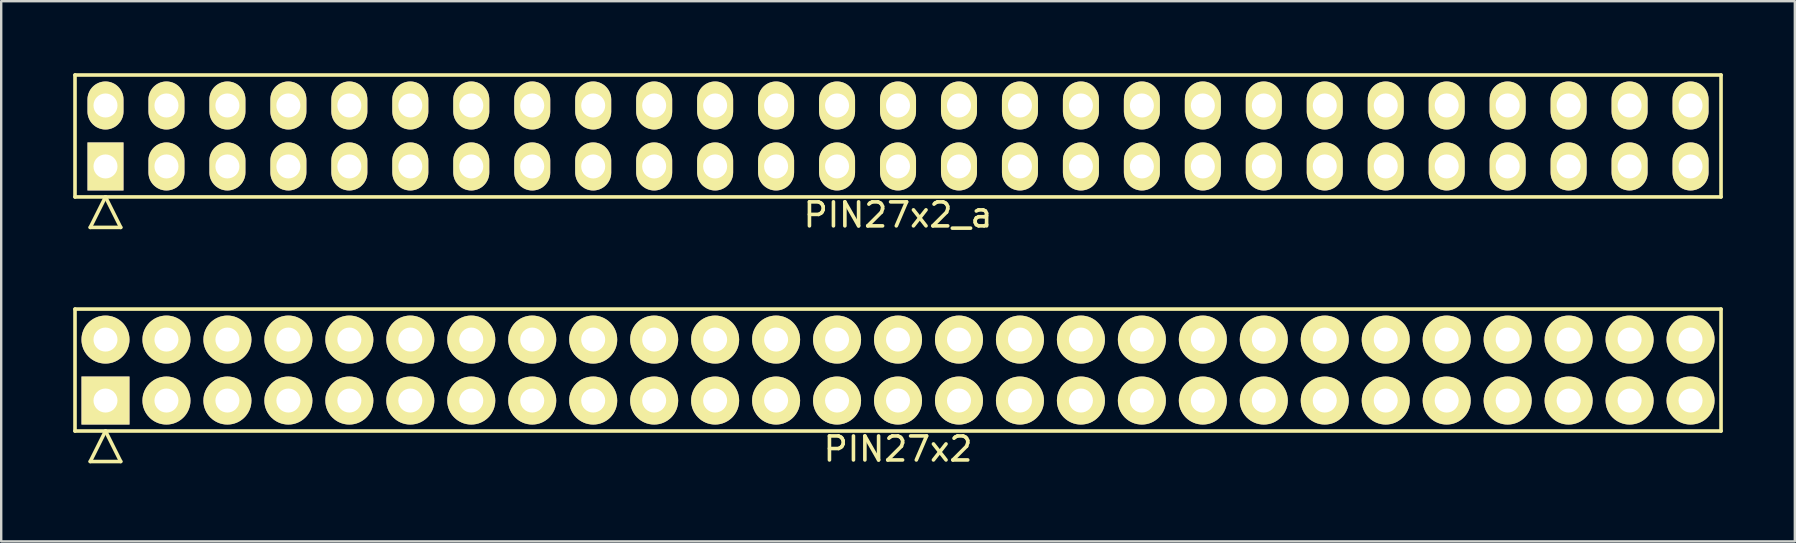
<source format=kicad_pcb>
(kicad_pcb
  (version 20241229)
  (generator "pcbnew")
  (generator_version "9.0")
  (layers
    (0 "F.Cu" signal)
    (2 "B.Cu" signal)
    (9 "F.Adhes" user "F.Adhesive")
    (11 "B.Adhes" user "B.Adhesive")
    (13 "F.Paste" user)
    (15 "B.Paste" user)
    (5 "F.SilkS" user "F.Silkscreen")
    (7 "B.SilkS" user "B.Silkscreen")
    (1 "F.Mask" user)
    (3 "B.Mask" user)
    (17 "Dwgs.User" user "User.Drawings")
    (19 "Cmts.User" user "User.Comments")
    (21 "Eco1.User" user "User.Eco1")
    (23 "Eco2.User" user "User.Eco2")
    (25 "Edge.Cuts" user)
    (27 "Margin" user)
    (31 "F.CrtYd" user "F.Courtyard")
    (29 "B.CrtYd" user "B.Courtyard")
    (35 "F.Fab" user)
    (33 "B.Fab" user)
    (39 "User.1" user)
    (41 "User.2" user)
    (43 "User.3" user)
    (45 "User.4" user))
  (footprint "PIN27x2"
    (layer "F.Cu")
    (at 34.365 12.368)
    (property "Reference" "PIN27x2" (at 0 3.29 0) (layer "F.SilkS") (effects (font (size 1 1) (thickness 0.15))))
    (attr through_hole)
    (fp_line (start -34.29 -2.54) (end -34.29 2.54) (stroke (width 0.15) (type solid)) (layer "F.SilkS"))
    (fp_line (start -34.29 2.54) (end 34.29 2.54) (stroke (width 0.15) (type solid)) (layer "F.SilkS"))
    (fp_line (start -33.655 3.81) (end -33.02 2.54) (stroke (width 0.15) (type solid)) (layer "F.SilkS"))
    (fp_line (start -33.655 3.81) (end -32.385 3.81) (stroke (width 0.15) (type solid)) (layer "F.SilkS"))
    (fp_line (start -32.385 3.81) (end -33.02 2.54) (stroke (width 0.15) (type solid)) (layer "F.SilkS"))
    (fp_line (start 34.29 -2.54) (end -34.29 -2.54) (stroke (width 0.15) (type solid)) (layer "F.SilkS"))
    (fp_line (start 34.29 2.54) (end 34.29 -2.54) (stroke (width 0.15) (type solid)) (layer "F.SilkS"))
    (pad "1" thru_hole rect (at -33.02 1.27) (size 2 2) (drill 1) (layers "*.Cu" "*.Mask" "F.SilkS"))
    (pad "2" thru_hole oval (at -33.02 -1.27) (size 2 2) (drill 1) (layers "*.Cu" "*.Mask" "F.SilkS"))
    (pad "3" thru_hole oval (at -30.48 1.27) (size 2 2) (drill 1) (layers "*.Cu" "*.Mask" "F.SilkS"))
    (pad "4" thru_hole oval (at -30.48 -1.27) (size 2 2) (drill 1) (layers "*.Cu" "*.Mask" "F.SilkS"))
    (pad "5" thru_hole oval (at -27.94 1.27) (size 2 2) (drill 1) (layers "*.Cu" "*.Mask" "F.SilkS"))
    (pad "6" thru_hole oval (at -27.94 -1.27) (size 2 2) (drill 1) (layers "*.Cu" "*.Mask" "F.SilkS"))
    (pad "7" thru_hole oval (at -25.4 1.27) (size 2 2) (drill 1) (layers "*.Cu" "*.Mask" "F.SilkS"))
    (pad "8" thru_hole oval (at -25.4 -1.27) (size 2 2) (drill 1) (layers "*.Cu" "*.Mask" "F.SilkS"))
    (pad "9" thru_hole oval (at -22.86 1.27) (size 2 2) (drill 1) (layers "*.Cu" "*.Mask" "F.SilkS"))
    (pad "10" thru_hole oval (at -22.86 -1.27) (size 2 2) (drill 1) (layers "*.Cu" "*.Mask" "F.SilkS"))
    (pad "11" thru_hole oval (at -20.32 1.27) (size 2 2) (drill 1) (layers "*.Cu" "*.Mask" "F.SilkS"))
    (pad "12" thru_hole oval (at -20.32 -1.27) (size 2 2) (drill 1) (layers "*.Cu" "*.Mask" "F.SilkS"))
    (pad "13" thru_hole oval (at -17.78 1.27) (size 2 2) (drill 1) (layers "*.Cu" "*.Mask" "F.SilkS"))
    (pad "14" thru_hole oval (at -17.78 -1.27) (size 2 2) (drill 1) (layers "*.Cu" "*.Mask" "F.SilkS"))
    (pad "15" thru_hole oval (at -15.24 1.27) (size 2 2) (drill 1) (layers "*.Cu" "*.Mask" "F.SilkS"))
    (pad "16" thru_hole oval (at -15.24 -1.27) (size 2 2) (drill 1) (layers "*.Cu" "*.Mask" "F.SilkS"))
    (pad "17" thru_hole oval (at -12.7 1.27) (size 2 2) (drill 1) (layers "*.Cu" "*.Mask" "F.SilkS"))
    (pad "18" thru_hole oval (at -12.7 -1.27) (size 2 2) (drill 1) (layers "*.Cu" "*.Mask" "F.SilkS"))
    (pad "19" thru_hole oval (at -10.16 1.27) (size 2 2) (drill 1) (layers "*.Cu" "*.Mask" "F.SilkS"))
    (pad "20" thru_hole oval (at -10.16 -1.27) (size 2 2) (drill 1) (layers "*.Cu" "*.Mask" "F.SilkS"))
    (pad "21" thru_hole oval (at -7.62 1.27) (size 2 2) (drill 1) (layers "*.Cu" "*.Mask" "F.SilkS"))
    (pad "22" thru_hole oval (at -7.62 -1.27) (size 2 2) (drill 1) (layers "*.Cu" "*.Mask" "F.SilkS"))
    (pad "23" thru_hole oval (at -5.08 1.27) (size 2 2) (drill 1) (layers "*.Cu" "*.Mask" "F.SilkS"))
    (pad "24" thru_hole oval (at -5.08 -1.27) (size 2 2) (drill 1) (layers "*.Cu" "*.Mask" "F.SilkS"))
    (pad "25" thru_hole oval (at -2.54 1.27) (size 2 2) (drill 1) (layers "*.Cu" "*.Mask" "F.SilkS"))
    (pad "26" thru_hole oval (at -2.54 -1.27) (size 2 2) (drill 1) (layers "*.Cu" "*.Mask" "F.SilkS"))
    (pad "27" thru_hole oval (at 0 1.27) (size 2 2) (drill 1) (layers "*.Cu" "*.Mask" "F.SilkS"))
    (pad "28" thru_hole oval (at 0 -1.27) (size 2 2) (drill 1) (layers "*.Cu" "*.Mask" "F.SilkS"))
    (pad "29" thru_hole oval (at 2.54 1.27) (size 2 2) (drill 1) (layers "*.Cu" "*.Mask" "F.SilkS"))
    (pad "30" thru_hole oval (at 2.54 -1.27) (size 2 2) (drill 1) (layers "*.Cu" "*.Mask" "F.SilkS"))
    (pad "31" thru_hole oval (at 5.08 1.27) (size 2 2) (drill 1) (layers "*.Cu" "*.Mask" "F.SilkS"))
    (pad "32" thru_hole oval (at 5.08 -1.27) (size 2 2) (drill 1) (layers "*.Cu" "*.Mask" "F.SilkS"))
    (pad "33" thru_hole oval (at 7.62 1.27) (size 2 2) (drill 1) (layers "*.Cu" "*.Mask" "F.SilkS"))
    (pad "34" thru_hole oval (at 7.62 -1.27) (size 2 2) (drill 1) (layers "*.Cu" "*.Mask" "F.SilkS"))
    (pad "35" thru_hole oval (at 10.16 1.27) (size 2 2) (drill 1) (layers "*.Cu" "*.Mask" "F.SilkS"))
    (pad "36" thru_hole oval (at 10.16 -1.27) (size 2 2) (drill 1) (layers "*.Cu" "*.Mask" "F.SilkS"))
    (pad "37" thru_hole oval (at 12.7 1.27) (size 2 2) (drill 1) (layers "*.Cu" "*.Mask" "F.SilkS"))
    (pad "38" thru_hole oval (at 12.7 -1.27) (size 2 2) (drill 1) (layers "*.Cu" "*.Mask" "F.SilkS"))
    (pad "39" thru_hole oval (at 15.24 1.27) (size 2 2) (drill 1) (layers "*.Cu" "*.Mask" "F.SilkS"))
    (pad "40" thru_hole oval (at 15.24 -1.27) (size 2 2) (drill 1) (layers "*.Cu" "*.Mask" "F.SilkS"))
    (pad "41" thru_hole oval (at 17.78 1.27) (size 2 2) (drill 1) (layers "*.Cu" "*.Mask" "F.SilkS"))
    (pad "42" thru_hole oval (at 17.78 -1.27) (size 2 2) (drill 1) (layers "*.Cu" "*.Mask" "F.SilkS"))
    (pad "43" thru_hole oval (at 20.32 1.27) (size 2 2) (drill 1) (layers "*.Cu" "*.Mask" "F.SilkS"))
    (pad "44" thru_hole oval (at 20.32 -1.27) (size 2 2) (drill 1) (layers "*.Cu" "*.Mask" "F.SilkS"))
    (pad "45" thru_hole oval (at 22.86 1.27) (size 2 2) (drill 1) (layers "*.Cu" "*.Mask" "F.SilkS"))
    (pad "46" thru_hole oval (at 22.86 -1.27) (size 2 2) (drill 1) (layers "*.Cu" "*.Mask" "F.SilkS"))
    (pad "47" thru_hole oval (at 25.4 1.27) (size 2 2) (drill 1) (layers "*.Cu" "*.Mask" "F.SilkS"))
    (pad "48" thru_hole oval (at 25.4 -1.27) (size 2 2) (drill 1) (layers "*.Cu" "*.Mask" "F.SilkS"))
    (pad "49" thru_hole oval (at 27.94 1.27) (size 2 2) (drill 1) (layers "*.Cu" "*.Mask" "F.SilkS"))
    (pad "50" thru_hole oval (at 27.94 -1.27) (size 2 2) (drill 1) (layers "*.Cu" "*.Mask" "F.SilkS"))
    (pad "51" thru_hole oval (at 30.48 1.27) (size 2 2) (drill 1) (layers "*.Cu" "*.Mask" "F.SilkS"))
    (pad "52" thru_hole oval (at 30.48 -1.27) (size 2 2) (drill 1) (layers "*.Cu" "*.Mask" "F.SilkS"))
    (pad "53" thru_hole oval (at 33.02 1.27) (size 2 2) (drill 1) (layers "*.Cu" "*.Mask" "F.SilkS"))
    (pad "54" thru_hole oval (at 33.02 -1.27) (size 2 2) (drill 1) (layers "*.Cu" "*.Mask" "F.SilkS")))
  (footprint "PIN27x2_a"
    (layer "F.Cu")
    (at 34.365 2.615)
    (property "Reference" "PIN27x2_a" (at 0 3.29 0) (layer "F.SilkS") (effects (font (size 1 1) (thickness 0.15))))
    (attr through_hole)
    (fp_line (start -34.29 -2.54) (end -34.29 2.54) (stroke (width 0.15) (type solid)) (layer "F.SilkS"))
    (fp_line (start -34.29 2.54) (end 34.29 2.54) (stroke (width 0.15) (type solid)) (layer "F.SilkS"))
    (fp_line (start -33.655 3.81) (end -33.02 2.54) (stroke (width 0.15) (type solid)) (layer "F.SilkS"))
    (fp_line (start -33.655 3.81) (end -32.385 3.81) (stroke (width 0.15) (type solid)) (layer "F.SilkS"))
    (fp_line (start -32.385 3.81) (end -33.02 2.54) (stroke (width 0.15) (type solid)) (layer "F.SilkS"))
    (fp_line (start 34.29 -2.54) (end -34.29 -2.54) (stroke (width 0.15) (type solid)) (layer "F.SilkS"))
    (fp_line (start 34.29 2.54) (end 34.29 -2.54) (stroke (width 0.15) (type solid)) (layer "F.SilkS"))
    (pad "1" thru_hole rect (at -33.02 1.27) (size 1.5 2) (drill 1) (layers "*.Cu" "*.Mask" "F.SilkS"))
    (pad "2" thru_hole oval (at -33.02 -1.27) (size 1.5 2) (drill 1) (layers "*.Cu" "*.Mask" "F.SilkS"))
    (pad "3" thru_hole oval (at -30.48 1.27) (size 1.5 2) (drill 1) (layers "*.Cu" "*.Mask" "F.SilkS"))
    (pad "4" thru_hole oval (at -30.48 -1.27) (size 1.5 2) (drill 1) (layers "*.Cu" "*.Mask" "F.SilkS"))
    (pad "5" thru_hole oval (at -27.94 1.27) (size 1.5 2) (drill 1) (layers "*.Cu" "*.Mask" "F.SilkS"))
    (pad "6" thru_hole oval (at -27.94 -1.27) (size 1.5 2) (drill 1) (layers "*.Cu" "*.Mask" "F.SilkS"))
    (pad "7" thru_hole oval (at -25.4 1.27) (size 1.5 2) (drill 1) (layers "*.Cu" "*.Mask" "F.SilkS"))
    (pad "8" thru_hole oval (at -25.4 -1.27) (size 1.5 2) (drill 1) (layers "*.Cu" "*.Mask" "F.SilkS"))
    (pad "9" thru_hole oval (at -22.86 1.27) (size 1.5 2) (drill 1) (layers "*.Cu" "*.Mask" "F.SilkS"))
    (pad "10" thru_hole oval (at -22.86 -1.27) (size 1.5 2) (drill 1) (layers "*.Cu" "*.Mask" "F.SilkS"))
    (pad "11" thru_hole oval (at -20.32 1.27) (size 1.5 2) (drill 1) (layers "*.Cu" "*.Mask" "F.SilkS"))
    (pad "12" thru_hole oval (at -20.32 -1.27) (size 1.5 2) (drill 1) (layers "*.Cu" "*.Mask" "F.SilkS"))
    (pad "13" thru_hole oval (at -17.78 1.27) (size 1.5 2) (drill 1) (layers "*.Cu" "*.Mask" "F.SilkS"))
    (pad "14" thru_hole oval (at -17.78 -1.27) (size 1.5 2) (drill 1) (layers "*.Cu" "*.Mask" "F.SilkS"))
    (pad "15" thru_hole oval (at -15.24 1.27) (size 1.5 2) (drill 1) (layers "*.Cu" "*.Mask" "F.SilkS"))
    (pad "16" thru_hole oval (at -15.24 -1.27) (size 1.5 2) (drill 1) (layers "*.Cu" "*.Mask" "F.SilkS"))
    (pad "17" thru_hole oval (at -12.7 1.27) (size 1.5 2) (drill 1) (layers "*.Cu" "*.Mask" "F.SilkS"))
    (pad "18" thru_hole oval (at -12.7 -1.27) (size 1.5 2) (drill 1) (layers "*.Cu" "*.Mask" "F.SilkS"))
    (pad "19" thru_hole oval (at -10.16 1.27) (size 1.5 2) (drill 1) (layers "*.Cu" "*.Mask" "F.SilkS"))
    (pad "20" thru_hole oval (at -10.16 -1.27) (size 1.5 2) (drill 1) (layers "*.Cu" "*.Mask" "F.SilkS"))
    (pad "21" thru_hole oval (at -7.62 1.27) (size 1.5 2) (drill 1) (layers "*.Cu" "*.Mask" "F.SilkS"))
    (pad "22" thru_hole oval (at -7.62 -1.27) (size 1.5 2) (drill 1) (layers "*.Cu" "*.Mask" "F.SilkS"))
    (pad "23" thru_hole oval (at -5.08 1.27) (size 1.5 2) (drill 1) (layers "*.Cu" "*.Mask" "F.SilkS"))
    (pad "24" thru_hole oval (at -5.08 -1.27) (size 1.5 2) (drill 1) (layers "*.Cu" "*.Mask" "F.SilkS"))
    (pad "25" thru_hole oval (at -2.54 1.27) (size 1.5 2) (drill 1) (layers "*.Cu" "*.Mask" "F.SilkS"))
    (pad "26" thru_hole oval (at -2.54 -1.27) (size 1.5 2) (drill 1) (layers "*.Cu" "*.Mask" "F.SilkS"))
    (pad "27" thru_hole oval (at 0 1.27) (size 1.5 2) (drill 1) (layers "*.Cu" "*.Mask" "F.SilkS"))
    (pad "28" thru_hole oval (at 0 -1.27) (size 1.5 2) (drill 1) (layers "*.Cu" "*.Mask" "F.SilkS"))
    (pad "29" thru_hole oval (at 2.54 1.27) (size 1.5 2) (drill 1) (layers "*.Cu" "*.Mask" "F.SilkS"))
    (pad "30" thru_hole oval (at 2.54 -1.27) (size 1.5 2) (drill 1) (layers "*.Cu" "*.Mask" "F.SilkS"))
    (pad "31" thru_hole oval (at 5.08 1.27) (size 1.5 2) (drill 1) (layers "*.Cu" "*.Mask" "F.SilkS"))
    (pad "32" thru_hole oval (at 5.08 -1.27) (size 1.5 2) (drill 1) (layers "*.Cu" "*.Mask" "F.SilkS"))
    (pad "33" thru_hole oval (at 7.62 1.27) (size 1.5 2) (drill 1) (layers "*.Cu" "*.Mask" "F.SilkS"))
    (pad "34" thru_hole oval (at 7.62 -1.27) (size 1.5 2) (drill 1) (layers "*.Cu" "*.Mask" "F.SilkS"))
    (pad "35" thru_hole oval (at 10.16 1.27) (size 1.5 2) (drill 1) (layers "*.Cu" "*.Mask" "F.SilkS"))
    (pad "36" thru_hole oval (at 10.16 -1.27) (size 1.5 2) (drill 1) (layers "*.Cu" "*.Mask" "F.SilkS"))
    (pad "37" thru_hole oval (at 12.7 1.27) (size 1.5 2) (drill 1) (layers "*.Cu" "*.Mask" "F.SilkS"))
    (pad "38" thru_hole oval (at 12.7 -1.27) (size 1.5 2) (drill 1) (layers "*.Cu" "*.Mask" "F.SilkS"))
    (pad "39" thru_hole oval (at 15.24 1.27) (size 1.5 2) (drill 1) (layers "*.Cu" "*.Mask" "F.SilkS"))
    (pad "40" thru_hole oval (at 15.24 -1.27) (size 1.5 2) (drill 1) (layers "*.Cu" "*.Mask" "F.SilkS"))
    (pad "41" thru_hole oval (at 17.78 1.27) (size 1.5 2) (drill 1) (layers "*.Cu" "*.Mask" "F.SilkS"))
    (pad "42" thru_hole oval (at 17.78 -1.27) (size 1.5 2) (drill 1) (layers "*.Cu" "*.Mask" "F.SilkS"))
    (pad "43" thru_hole oval (at 20.32 1.27) (size 1.5 2) (drill 1) (layers "*.Cu" "*.Mask" "F.SilkS"))
    (pad "44" thru_hole oval (at 20.32 -1.27) (size 1.5 2) (drill 1) (layers "*.Cu" "*.Mask" "F.SilkS"))
    (pad "45" thru_hole oval (at 22.86 1.27) (size 1.5 2) (drill 1) (layers "*.Cu" "*.Mask" "F.SilkS"))
    (pad "46" thru_hole oval (at 22.86 -1.27) (size 1.5 2) (drill 1) (layers "*.Cu" "*.Mask" "F.SilkS"))
    (pad "47" thru_hole oval (at 25.4 1.27) (size 1.5 2) (drill 1) (layers "*.Cu" "*.Mask" "F.SilkS"))
    (pad "48" thru_hole oval (at 25.4 -1.27) (size 1.5 2) (drill 1) (layers "*.Cu" "*.Mask" "F.SilkS"))
    (pad "49" thru_hole oval (at 27.94 1.27) (size 1.5 2) (drill 1) (layers "*.Cu" "*.Mask" "F.SilkS"))
    (pad "50" thru_hole oval (at 27.94 -1.27) (size 1.5 2) (drill 1) (layers "*.Cu" "*.Mask" "F.SilkS"))
    (pad "51" thru_hole oval (at 30.48 1.27) (size 1.5 2) (drill 1) (layers "*.Cu" "*.Mask" "F.SilkS"))
    (pad "52" thru_hole oval (at 30.48 -1.27) (size 1.5 2) (drill 1) (layers "*.Cu" "*.Mask" "F.SilkS"))
    (pad "53" thru_hole oval (at 33.02 1.27) (size 1.5 2) (drill 1) (layers "*.Cu" "*.Mask" "F.SilkS"))
    (pad "54" thru_hole oval (at 33.02 -1.27) (size 1.5 2) (drill 1) (layers "*.Cu" "*.Mask" "F.SilkS")))
  (gr_rect
    (start -3 -3)
    (end 71.73 19.506)
    (stroke (width 0.1) (type default))
    (fill no)
    (layer "Edge.Cuts")))
</source>
